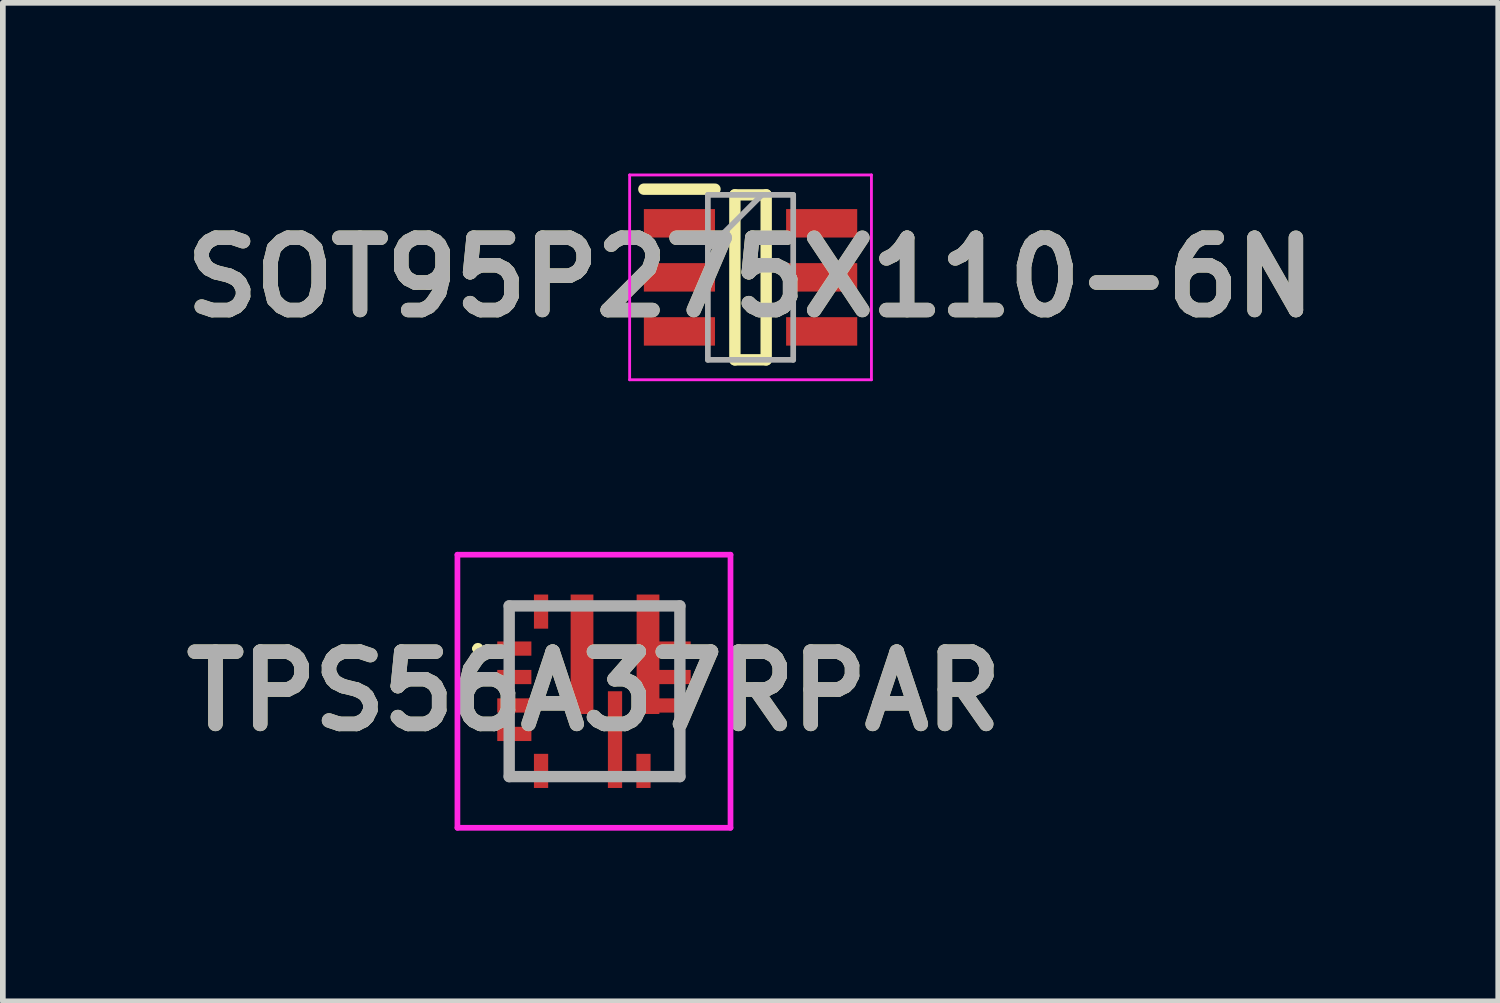
<source format=kicad_pcb>
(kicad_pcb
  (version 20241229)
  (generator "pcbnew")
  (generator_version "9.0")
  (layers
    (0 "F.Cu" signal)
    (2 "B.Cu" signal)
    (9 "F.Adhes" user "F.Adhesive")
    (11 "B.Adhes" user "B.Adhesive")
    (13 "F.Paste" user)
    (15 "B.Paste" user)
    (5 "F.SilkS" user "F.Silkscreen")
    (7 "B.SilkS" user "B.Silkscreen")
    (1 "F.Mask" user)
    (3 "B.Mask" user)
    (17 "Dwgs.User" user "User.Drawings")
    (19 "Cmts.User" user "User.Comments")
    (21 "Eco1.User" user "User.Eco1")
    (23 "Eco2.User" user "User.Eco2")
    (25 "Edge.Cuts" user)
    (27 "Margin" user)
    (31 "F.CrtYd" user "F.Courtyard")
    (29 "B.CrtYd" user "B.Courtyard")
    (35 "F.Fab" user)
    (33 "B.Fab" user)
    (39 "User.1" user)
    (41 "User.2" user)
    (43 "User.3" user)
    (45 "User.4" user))
  (footprint "TPS56A37RPAR"
    (layer "F.Cu")
    (at 7.4 9.1)
    (property "Reference" "TPS56A37RPAR" (at -0.01 0 0) (layer "F.SilkS") (effects (font (size 1.27 1.27) (thickness 0.254))))
    (attr smd)
    (fp_line (start -2.1 -0.75) (end -2.1 -0.75) (stroke (width 0.1) (type solid)) (layer "F.SilkS"))
    (fp_line (start -2 -0.75) (end -2 -0.75) (stroke (width 0.1) (type solid)) (layer "F.SilkS"))
    (fp_line (start -1.5 -1.5) (end -1.25 -1.5) (stroke (width 0.1) (type solid)) (layer "F.SilkS"))
    (fp_line (start -1.5 -1.4) (end -1.5 -1.5) (stroke (width 0.1) (type solid)) (layer "F.SilkS"))
    (fp_line (start -1.5 -1.25) (end -1.5 -1.4) (stroke (width 0.1) (type solid)) (layer "F.SilkS"))
    (fp_line (start -1.5 1.25) (end -1.5 1.5) (stroke (width 0.1) (type solid)) (layer "F.SilkS"))
    (fp_line (start -1.5 1.5) (end -1.25 1.5) (stroke (width 0.1) (type solid)) (layer "F.SilkS"))
    (fp_line (start -0.5 1.5) (end 0 1.5) (stroke (width 0.1) (type solid)) (layer "F.SilkS"))
    (fp_line (start 0.5 -1.5) (end 0.25 -1.5) (stroke (width 0.1) (type solid)) (layer "F.SilkS"))
    (fp_line (start 1.5 -1.5) (end 1.5 -1.25) (stroke (width 0.1) (type solid)) (layer "F.SilkS"))
    (fp_line (start 1.5 1.5) (end 1.5 0.85) (stroke (width 0.1) (type solid)) (layer "F.SilkS"))
    (fp_arc (start -2.1 -0.75) (mid -2.05 -0.8) (end -2 -0.75) (stroke (width 0.1) (type solid)) (layer "F.SilkS"))
    (fp_arc (start -2 -0.75) (mid -2.05 -0.7) (end -2.1 -0.75) (stroke (width 0.1) (type solid)) (layer "F.SilkS"))
    (fp_line (start -2.41 -2.4) (end 2.39 -2.4) (stroke (width 0.1) (type solid)) (layer "F.CrtYd"))
    (fp_line (start -2.41 2.4) (end -2.41 -2.4) (stroke (width 0.1) (type solid)) (layer "F.CrtYd"))
    (fp_line (start 2.39 -2.4) (end 2.39 2.4) (stroke (width 0.1) (type solid)) (layer "F.CrtYd"))
    (fp_line (start 2.39 2.4) (end -2.41 2.4) (stroke (width 0.1) (type solid)) (layer "F.CrtYd"))
    (fp_line (start -1.5 -1.5) (end 1.5 -1.5) (stroke (width 0.2) (type solid)) (layer "F.Fab"))
    (fp_line (start -1.5 1.5) (end -1.5 -1.5) (stroke (width 0.2) (type solid)) (layer "F.Fab"))
    (fp_line (start 1.5 -1.5) (end 1.5 1.5) (stroke (width 0.2) (type solid)) (layer "F.Fab"))
    (fp_line (start 1.5 1.5) (end -1.5 1.5) (stroke (width 0.2) (type solid)) (layer "F.Fab"))
    (fp_text user "${REFERENCE}" (at -0.01 0 0) (layer "F.Fab") (effects (font (size 1.27 1.27) (thickness 0.254))))
    (pad "1" smd rect (at -1.41 -0.75 90) (size 0.25 0.6) (layers "F.Cu" "F.Mask" "F.Paste"))
    (pad "2" smd rect (at -1.41 -0.25 90) (size 0.25 0.6) (layers "F.Cu" "F.Mask" "F.Paste"))
    (pad "3" smd rect (at -1.41 0.25 90) (size 0.25 0.6) (layers "F.Cu" "F.Mask" "F.Paste"))
    (pad "4" smd rect (at -1.41 0.75 90) (size 0.25 0.6) (layers "F.Cu" "F.Mask" "F.Paste"))
    (pad "5" smd rect (at -0.94 1.4) (size 0.25 0.6) (layers "F.Cu" "F.Mask" "F.Paste"))
    (pad "6" smd rect (at 0.36 0.85) (size 0.25 1.7) (layers "F.Cu" "F.Mask" "F.Paste"))
    (pad "7" smd rect (at 0.86 1.4) (size 0.25 0.6) (layers "F.Cu" "F.Mask" "F.Paste"))
    (pad "8" smd rect (at 0.94 -0.65) (size 0.4 2.1) (layers "F.Cu" "F.Mask" "F.Paste"))
    (pad "9" smd rect (at -0.22 -0.65) (size 0.4 2.1) (layers "F.Cu" "F.Mask" "F.Paste"))
    (pad "10" smd rect (at -0.94 -1.4) (size 0.25 0.6) (layers "F.Cu" "F.Mask" "F.Paste"))
    (pad "11" smd rect (at 1.41 0.25 90) (size 0.25 0.56) (layers "F.Cu" "F.Mask" "F.Paste"))
    (pad "12" smd rect (at 1.41 -0.25 90) (size 0.25 0.56) (layers "F.Cu" "F.Mask" "F.Paste"))
    (pad "13" smd rect (at 1.41 -0.75 90) (size 0.25 0.56) (layers "F.Cu" "F.Mask" "F.Paste")))
  (footprint "SOT95P275X110-6N"
    (layer "F.Cu")
    (at 10.142 1.825)
    (property "Reference" "SOT95P275X110-6N" (at 0 0 0) (layer "F.SilkS") (effects (font (size 1.27 1.27) (thickness 0.254))))
    (attr smd)
    (fp_line (start -1.875 -1.55) (end -0.625 -1.55) (stroke (width 0.2) (type solid)) (layer "F.SilkS"))
    (fp_line (start -0.275 -1.45) (end 0.275 -1.45) (stroke (width 0.2) (type solid)) (layer "F.SilkS"))
    (fp_line (start -0.275 1.45) (end -0.275 -1.45) (stroke (width 0.2) (type solid)) (layer "F.SilkS"))
    (fp_line (start 0.275 -1.45) (end 0.275 1.45) (stroke (width 0.2) (type solid)) (layer "F.SilkS"))
    (fp_line (start 0.275 1.45) (end -0.275 1.45) (stroke (width 0.2) (type solid)) (layer "F.SilkS"))
    (fp_line (start -2.125 -1.8) (end 2.125 -1.8) (stroke (width 0.05) (type solid)) (layer "F.CrtYd"))
    (fp_line (start -2.125 1.8) (end -2.125 -1.8) (stroke (width 0.05) (type solid)) (layer "F.CrtYd"))
    (fp_line (start 2.125 -1.8) (end 2.125 1.8) (stroke (width 0.05) (type solid)) (layer "F.CrtYd"))
    (fp_line (start 2.125 1.8) (end -2.125 1.8) (stroke (width 0.05) (type solid)) (layer "F.CrtYd"))
    (fp_line (start -0.75 -1.45) (end 0.75 -1.45) (stroke (width 0.1) (type solid)) (layer "F.Fab"))
    (fp_line (start -0.75 -0.5) (end 0.2 -1.45) (stroke (width 0.1) (type solid)) (layer "F.Fab"))
    (fp_line (start -0.75 1.45) (end -0.75 -1.45) (stroke (width 0.1) (type solid)) (layer "F.Fab"))
    (fp_line (start 0.75 -1.45) (end 0.75 1.45) (stroke (width 0.1) (type solid)) (layer "F.Fab"))
    (fp_line (start 0.75 1.45) (end -0.75 1.45) (stroke (width 0.1) (type solid)) (layer "F.Fab"))
    (fp_text user "${REFERENCE}" (at 0 0 0) (layer "F.Fab") (effects (font (size 1.27 1.27) (thickness 0.254))))
    (pad "1" smd rect (at -1.25 -0.95 90) (size 0.5 1.25) (layers "F.Cu" "F.Mask" "F.Paste"))
    (pad "2" smd rect (at -1.25 0 90) (size 0.5 1.25) (layers "F.Cu" "F.Mask" "F.Paste"))
    (pad "3" smd rect (at -1.25 0.95 90) (size 0.5 1.25) (layers "F.Cu" "F.Mask" "F.Paste"))
    (pad "4" smd rect (at 1.25 0.95 90) (size 0.5 1.25) (layers "F.Cu" "F.Mask" "F.Paste"))
    (pad "5" smd rect (at 1.25 0 90) (size 0.5 1.25) (layers "F.Cu" "F.Mask" "F.Paste"))
    (pad "6" smd rect (at 1.25 -0.95 90) (size 0.5 1.25) (layers "F.Cu" "F.Mask" "F.Paste")))
  (gr_rect
    (start -3 -3)
    (end 23.284 14.55)
    (stroke (width 0.1) (type default))
    (fill no)
    (layer "Edge.Cuts")))
</source>
